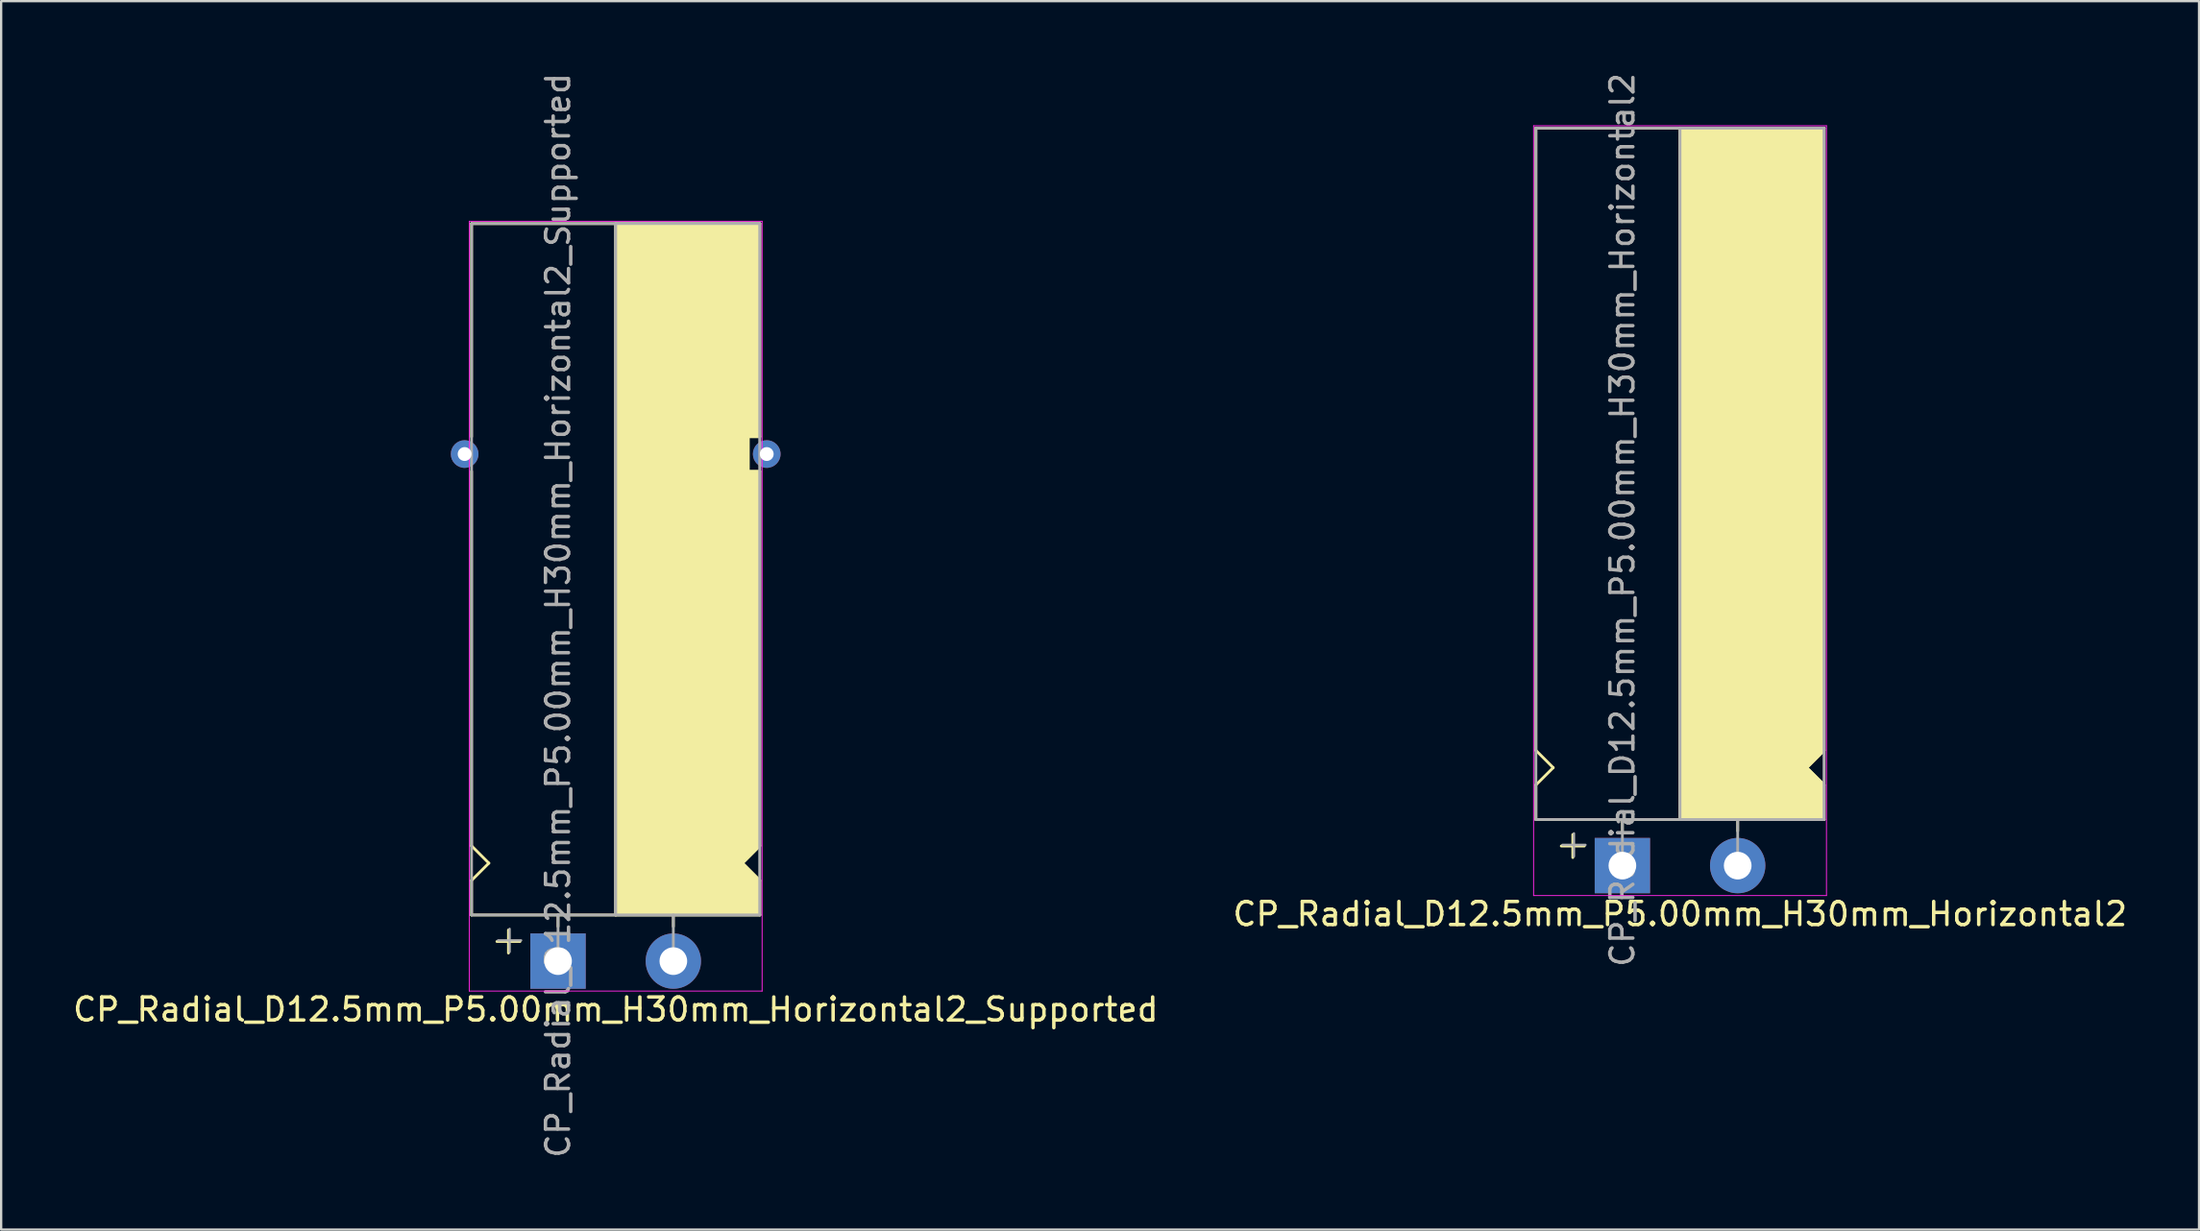
<source format=kicad_pcb>
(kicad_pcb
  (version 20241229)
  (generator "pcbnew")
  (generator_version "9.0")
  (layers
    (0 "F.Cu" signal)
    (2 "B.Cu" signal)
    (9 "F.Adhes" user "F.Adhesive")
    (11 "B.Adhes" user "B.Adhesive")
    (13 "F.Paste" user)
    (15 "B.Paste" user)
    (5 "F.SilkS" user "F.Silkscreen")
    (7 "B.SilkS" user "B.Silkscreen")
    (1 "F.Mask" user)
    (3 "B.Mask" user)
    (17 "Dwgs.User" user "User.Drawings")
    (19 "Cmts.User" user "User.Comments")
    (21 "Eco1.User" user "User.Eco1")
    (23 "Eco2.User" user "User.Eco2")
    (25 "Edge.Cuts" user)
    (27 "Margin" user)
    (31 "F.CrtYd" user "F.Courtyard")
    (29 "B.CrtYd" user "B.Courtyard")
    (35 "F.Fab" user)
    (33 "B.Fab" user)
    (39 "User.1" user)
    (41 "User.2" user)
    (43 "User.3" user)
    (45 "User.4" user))
  (footprint "CP_Radial_D12.5mm_P5.00mm_H30mm_Horizontal2_Supported"
    (layer "F.Cu")
    (at 21.149 38.649)
    (property "Reference" "CP_Radial_D12.5mm_P5.00mm_H30mm_Horizontal2_Supported" (at 2.5 2.1 180) (layer "F.SilkS") (effects (font (size 1 1) (thickness 0.15))))
    (attr through_hole)
    (fp_line (start -3.75 -32) (end -3.75 -22.75) (stroke (width 0.12) (type solid)) (layer "F.SilkS"))
    (fp_line (start -3.75 -5) (end -3.75 -21.25) (stroke (width 0.12) (type solid)) (layer "F.SilkS"))
    (fp_line (start -3.75 -3.5) (end -3 -4.25) (stroke (width 0.12) (type solid)) (layer "F.SilkS"))
    (fp_line (start -3.75 -2) (end -3.75 -3.5) (stroke (width 0.12) (type solid)) (layer "F.SilkS"))
    (fp_line (start -3 -4.25) (end -3.75 -5) (stroke (width 0.12) (type solid)) (layer "F.SilkS"))
    (fp_line (start -2.15 -1.35) (end -2.15 -0.35) (stroke (width 0.12) (type solid)) (layer "F.SilkS"))
    (fp_line (start -1.65 -0.85) (end -2.65 -0.85) (stroke (width 0.12) (type solid)) (layer "F.SilkS"))
    (fp_line (start 0 -1.5) (end 0 -2) (stroke (width 0.12) (type solid)) (layer "F.SilkS"))
    (fp_line (start 2.5 -2) (end -3.75 -2) (stroke (width 0.12) (type solid)) (layer "F.SilkS"))
    (fp_line (start 2.5 -2) (end 2.5 -32) (stroke (width 0.12) (type solid)) (layer "F.SilkS"))
    (fp_line (start 2.5 -2) (end 8.75 -2) (stroke (width 0.12) (type solid)) (layer "F.SilkS"))
    (fp_line (start 5 -1.5) (end 5 -2) (stroke (width 0.12) (type solid)) (layer "F.SilkS"))
    (fp_line (start 8 -4.25) (end 8.75 -5) (stroke (width 0.12) (type solid)) (layer "F.SilkS"))
    (fp_line (start 8.25 -22.75) (end 8.25 -21.25) (stroke (width 0.12) (type solid)) (layer "F.SilkS"))
    (fp_line (start 8.25 -21.25) (end 8.75 -21.25) (stroke (width 0.12) (type solid)) (layer "F.SilkS"))
    (fp_line (start 8.75 -32) (end -3.75 -32) (stroke (width 0.12) (type solid)) (layer "F.SilkS"))
    (fp_line (start 8.75 -32) (end 8.75 -22.75) (stroke (width 0.12) (type solid)) (layer "F.SilkS"))
    (fp_line (start 8.75 -22.75) (end 8.25 -22.75) (stroke (width 0.12) (type solid)) (layer "F.SilkS"))
    (fp_line (start 8.75 -5) (end 8.75 -21.25) (stroke (width 0.12) (type solid)) (layer "F.SilkS"))
    (fp_line (start 8.75 -3.5) (end 8 -4.25) (stroke (width 0.12) (type solid)) (layer "F.SilkS"))
    (fp_line (start 8.75 -2) (end 8.75 -3.5) (stroke (width 0.12) (type solid)) (layer "F.SilkS"))
    (fp_poly (pts (xy 8.75 -3.5) (xy 8 -4.25) (xy 8.75 -5) (xy 8.75 -21.25) (xy 8.25 -21.25) (xy 8.25 -22.75) (xy 8.75 -22.75) (xy 8.75 -32) (xy 2.5 -32) (xy 2.5 -2) (xy 8.75 -2)) (stroke (width 0.1) (type solid)) (fill yes) (layer "F.SilkS"))
    (fp_line (start -3.85 -32.1) (end -3.85 1.3) (stroke (width 0.04) (type solid)) (layer "F.CrtYd"))
    (fp_line (start 8.85 -32.1) (end -3.85 -32.1) (stroke (width 0.04) (type solid)) (layer "F.CrtYd"))
    (fp_line (start 8.85 1.3) (end -3.85 1.3) (stroke (width 0.04) (type solid)) (layer "F.CrtYd"))
    (fp_line (start 8.85 1.3) (end 8.85 -32.1) (stroke (width 0.04) (type solid)) (layer "F.CrtYd"))
    (fp_line (start -3.75 -32) (end 8.75 -32) (stroke (width 0.12) (type solid)) (layer "F.Fab"))
    (fp_line (start -3.75 -2) (end -3.75 -32) (stroke (width 0.12) (type solid)) (layer "F.Fab"))
    (fp_line (start -2.6 -0.9) (end -1.6 -0.9) (stroke (width 0.1) (type solid)) (layer "F.Fab"))
    (fp_line (start -2.1 -0.4) (end -2.1 -1.4) (stroke (width 0.1) (type solid)) (layer "F.Fab"))
    (fp_line (start 0 -2) (end -3.75 -2) (stroke (width 0.12) (type solid)) (layer "F.Fab"))
    (fp_line (start 0 0) (end 0 -2) (stroke (width 0.12) (type solid)) (layer "F.Fab"))
    (fp_line (start 2.5 -2) (end 2.5 -32) (stroke (width 0.12) (type solid)) (layer "F.Fab"))
    (fp_line (start 5 -2) (end 5 0) (stroke (width 0.12) (type solid)) (layer "F.Fab"))
    (fp_line (start 8.75 -32) (end 8.75 -2) (stroke (width 0.12) (type solid)) (layer "F.Fab"))
    (fp_line (start 8.75 -2) (end 0 -2) (stroke (width 0.12) (type solid)) (layer "F.Fab"))
    (fp_poly (pts (xy 8.75 -32) (xy 2.5 -32) (xy 2.5 -2) (xy 8.75 -2)) (stroke (width 0.1) (type solid)) (fill no) (layer "F.Fab"))
    (fp_text user "${REFERENCE}" (at 0 -15 90) (layer "F.Fab") (effects (font (size 1 1) (thickness 0.15))))
    (pad "" thru_hole circle (at -4.05 -22 180) (size 1.2 1.2) (drill 0.6) (layers "*.Cu" "*.Mask"))
    (pad "" thru_hole circle (at 9.05 -22 180) (size 1.2 1.2) (drill 0.6) (layers "*.Cu" "*.Mask"))
    (pad "1" thru_hole rect (at 0 0) (size 2.4 2.4) (drill 1.2) (layers "*.Cu" "*.Mask"))
    (pad "2" thru_hole circle (at 5 0) (size 2.4 2.4) (drill 1.2) (layers "*.Cu" "*.Mask")))
  (footprint "CP_Radial_D12.5mm_P5.00mm_H30mm_Horizontal2"
    (layer "F.Cu")
    (at 67.304 34.506)
    (property "Reference" "CP_Radial_D12.5mm_P5.00mm_H30mm_Horizontal2" (at 2.5 2.1 180) (layer "F.SilkS") (effects (font (size 1 1) (thickness 0.15))))
    (attr through_hole)
    (fp_line (start -3.75 -5) (end -3.75 -32) (stroke (width 0.12) (type solid)) (layer "F.SilkS"))
    (fp_line (start -3.75 -3.5) (end -3 -4.25) (stroke (width 0.12) (type solid)) (layer "F.SilkS"))
    (fp_line (start -3.75 -2) (end -3.75 -3.5) (stroke (width 0.12) (type solid)) (layer "F.SilkS"))
    (fp_line (start -3 -4.25) (end -3.75 -5) (stroke (width 0.12) (type solid)) (layer "F.SilkS"))
    (fp_line (start -2.15 -1.35) (end -2.15 -0.35) (stroke (width 0.12) (type solid)) (layer "F.SilkS"))
    (fp_line (start -1.65 -0.85) (end -2.65 -0.85) (stroke (width 0.12) (type solid)) (layer "F.SilkS"))
    (fp_line (start 0 -1.5) (end 0 -2) (stroke (width 0.12) (type solid)) (layer "F.SilkS"))
    (fp_line (start 2.5 -2) (end -3.75 -2) (stroke (width 0.12) (type solid)) (layer "F.SilkS"))
    (fp_line (start 2.5 -2) (end 2.5 -32) (stroke (width 0.12) (type solid)) (layer "F.SilkS"))
    (fp_line (start 2.5 -2) (end 8.75 -2) (stroke (width 0.12) (type solid)) (layer "F.SilkS"))
    (fp_line (start 5 -1.5) (end 5 -2) (stroke (width 0.12) (type solid)) (layer "F.SilkS"))
    (fp_line (start 8 -4.25) (end 8.75 -5) (stroke (width 0.12) (type solid)) (layer "F.SilkS"))
    (fp_line (start 8.75 -32) (end -3.75 -32) (stroke (width 0.12) (type solid)) (layer "F.SilkS"))
    (fp_line (start 8.75 -5) (end 8.75 -32) (stroke (width 0.12) (type solid)) (layer "F.SilkS"))
    (fp_line (start 8.75 -3.5) (end 8 -4.25) (stroke (width 0.12) (type solid)) (layer "F.SilkS"))
    (fp_line (start 8.75 -2) (end 8.75 -3.5) (stroke (width 0.12) (type solid)) (layer "F.SilkS"))
    (fp_poly (pts (xy 8.75 -3.5) (xy 8 -4.25) (xy 8.75 -5) (xy 8.75 -32) (xy 2.5 -32) (xy 2.5 -2) (xy 8.75 -2)) (stroke (width 0.1) (type solid)) (fill yes) (layer "F.SilkS"))
    (fp_line (start -3.85 -32.1) (end -3.85 1.3) (stroke (width 0.04) (type solid)) (layer "F.CrtYd"))
    (fp_line (start 8.85 -32.1) (end -3.85 -32.1) (stroke (width 0.04) (type solid)) (layer "F.CrtYd"))
    (fp_line (start 8.85 1.3) (end -3.85 1.3) (stroke (width 0.04) (type solid)) (layer "F.CrtYd"))
    (fp_line (start 8.85 1.3) (end 8.85 -32.1) (stroke (width 0.04) (type solid)) (layer "F.CrtYd"))
    (fp_line (start -3.75 -32) (end 8.75 -32) (stroke (width 0.12) (type solid)) (layer "F.Fab"))
    (fp_line (start -3.75 -2) (end -3.75 -32) (stroke (width 0.12) (type solid)) (layer "F.Fab"))
    (fp_line (start -2.6 -0.9) (end -1.6 -0.9) (stroke (width 0.1) (type solid)) (layer "F.Fab"))
    (fp_line (start -2.1 -0.4) (end -2.1 -1.4) (stroke (width 0.1) (type solid)) (layer "F.Fab"))
    (fp_line (start 0 -2) (end -3.75 -2) (stroke (width 0.12) (type solid)) (layer "F.Fab"))
    (fp_line (start 0 0) (end 0 -2) (stroke (width 0.12) (type solid)) (layer "F.Fab"))
    (fp_line (start 2.5 -2) (end 2.5 -32) (stroke (width 0.12) (type solid)) (layer "F.Fab"))
    (fp_line (start 5 -2) (end 5 0) (stroke (width 0.12) (type solid)) (layer "F.Fab"))
    (fp_line (start 8.75 -32) (end 8.75 -2) (stroke (width 0.12) (type solid)) (layer "F.Fab"))
    (fp_line (start 8.75 -2) (end 0 -2) (stroke (width 0.12) (type solid)) (layer "F.Fab"))
    (fp_poly (pts (xy 8.75 -32) (xy 2.5 -32) (xy 2.5 -2) (xy 8.75 -2)) (stroke (width 0.1) (type solid)) (fill no) (layer "F.Fab"))
    (fp_text user "${REFERENCE}" (at 0 -15 90) (layer "F.Fab") (effects (font (size 1 1) (thickness 0.15))))
    (pad "1" thru_hole rect (at 0 0) (size 2.4 2.4) (drill 1.2) (layers "*.Cu" "*.Mask"))
    (pad "2" thru_hole circle (at 5 0) (size 2.4 2.4) (drill 1.2) (layers "*.Cu" "*.Mask")))
  (gr_rect
    (start -3 -3)
    (end 92.31 50.298)
    (stroke (width 0.1) (type default))
    (fill no)
    (layer "Edge.Cuts")))
</source>
